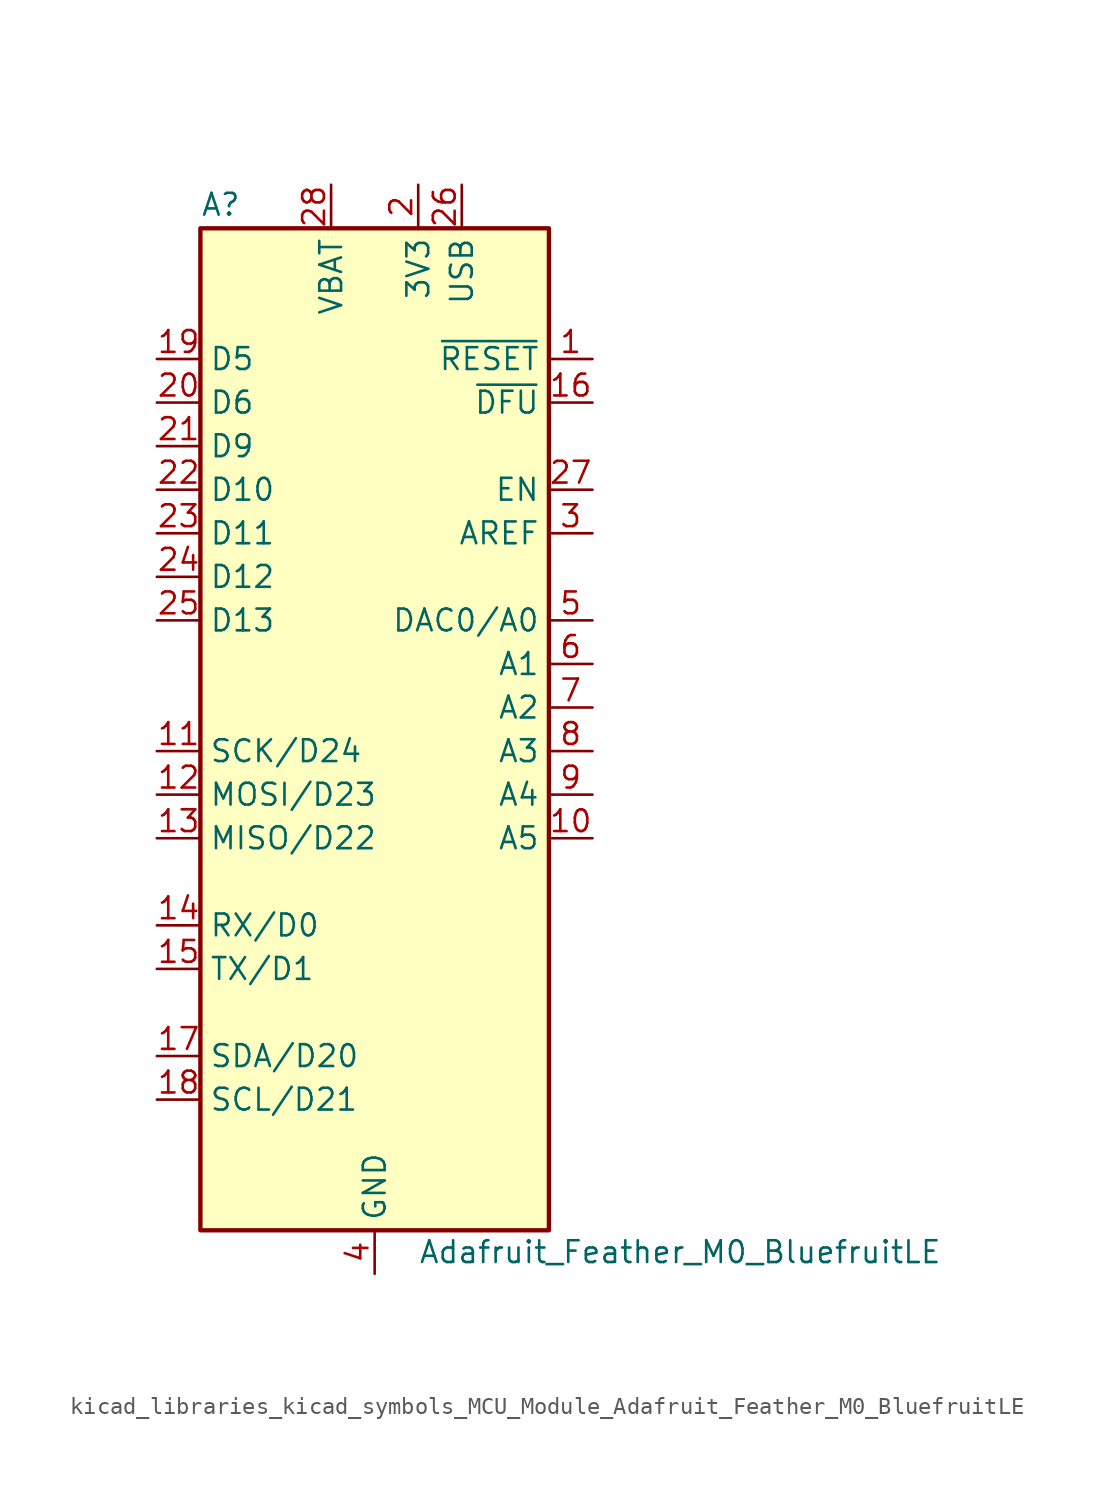
<source format=kicad_sym>
(kicad_symbol_lib
  (version 20220914)
  (generator kicad_symbol_editor)
  (symbol "kicad_libraries_kicad_symbols_MCU_Module_Adafruit_Feather_M0_BluefruitLE"
    (property "Reference" "A"
      (at -10.16 28.575 0)
      (effects (font (size 1.27 1.27)) (justify left bottom)))
    (property "Value" "Adafruit_Feather_M0_BluefruitLE"
      (at 2.54 -31.75 0)
      (effects (font (size 1.27 1.27)) (justify left)))
    (symbol "kicad_libraries_kicad_symbols_MCU_Module_Adafruit_Feather_M0_BluefruitLE_0_1"
      (rectangle (start -10.16 27.94) (end 10.16 -30.48) (stroke (width 0.254) (type default)) (fill (type background))))
    (symbol "kicad_libraries_kicad_symbols_MCU_Module_Adafruit_Feather_M0_BluefruitLE_1_1"
      (pin input line (at 12.7 20.32 180) (length 2.54) (name "~{RESET}" (effects (font (size 1.27 1.27)))) (number "1" (effects (font (size 1.27 1.27)))))
      (pin bidirectional line (at 12.7 -7.62 180) (length 2.54) (name "A5" (effects (font (size 1.27 1.27)))) (number "10" (effects (font (size 1.27 1.27)))))
      (pin bidirectional line (at -12.7 -2.54 0) (length 2.54) (name "SCK/D24" (effects (font (size 1.27 1.27)))) (number "11" (effects (font (size 1.27 1.27)))))
      (pin bidirectional line (at -12.7 -5.08 0) (length 2.54) (name "MOSI/D23" (effects (font (size 1.27 1.27)))) (number "12" (effects (font (size 1.27 1.27)))))
      (pin bidirectional line (at -12.7 -7.62 0) (length 2.54) (name "MISO/D22" (effects (font (size 1.27 1.27)))) (number "13" (effects (font (size 1.27 1.27)))))
      (pin bidirectional line (at -12.7 -12.7 0) (length 2.54) (name "RX/D0" (effects (font (size 1.27 1.27)))) (number "14" (effects (font (size 1.27 1.27)))))
      (pin bidirectional line (at -12.7 -15.24 0) (length 2.54) (name "TX/D1" (effects (font (size 1.27 1.27)))) (number "15" (effects (font (size 1.27 1.27)))))
      (pin input line (at 12.7 17.78 180) (length 2.54) (name "~{DFU}" (effects (font (size 1.27 1.27)))) (number "16" (effects (font (size 1.27 1.27)))))
      (pin bidirectional line (at -12.7 -20.32 0) (length 2.54) (name "SDA/D20" (effects (font (size 1.27 1.27)))) (number "17" (effects (font (size 1.27 1.27)))))
      (pin bidirectional line (at -12.7 -22.86 0) (length 2.54) (name "SCL/D21" (effects (font (size 1.27 1.27)))) (number "18" (effects (font (size 1.27 1.27)))))
      (pin bidirectional line (at -12.7 20.32 0) (length 2.54) (name "D5" (effects (font (size 1.27 1.27)))) (number "19" (effects (font (size 1.27 1.27)))))
      (pin power_in line (at 2.54 30.48 270) (length 2.54) (name "3V3" (effects (font (size 1.27 1.27)))) (number "2" (effects (font (size 1.27 1.27)))))
      (pin bidirectional line (at -12.7 17.78 0) (length 2.54) (name "D6" (effects (font (size 1.27 1.27)))) (number "20" (effects (font (size 1.27 1.27)))))
      (pin bidirectional line (at -12.7 15.24 0) (length 2.54) (name "D9" (effects (font (size 1.27 1.27)))) (number "21" (effects (font (size 1.27 1.27)))))
      (pin bidirectional line (at -12.7 12.7 0) (length 2.54) (name "D10" (effects (font (size 1.27 1.27)))) (number "22" (effects (font (size 1.27 1.27)))))
      (pin bidirectional line (at -12.7 10.16 0) (length 2.54) (name "D11" (effects (font (size 1.27 1.27)))) (number "23" (effects (font (size 1.27 1.27)))))
      (pin bidirectional line (at -12.7 7.62 0) (length 2.54) (name "D12" (effects (font (size 1.27 1.27)))) (number "24" (effects (font (size 1.27 1.27)))))
      (pin bidirectional line (at -12.7 5.08 0) (length 2.54) (name "D13" (effects (font (size 1.27 1.27)))) (number "25" (effects (font (size 1.27 1.27)))))
      (pin power_in line (at 5.08 30.48 270) (length 2.54) (name "USB" (effects (font (size 1.27 1.27)))) (number "26" (effects (font (size 1.27 1.27)))))
      (pin input line (at 12.7 12.7 180) (length 2.54) (name "EN" (effects (font (size 1.27 1.27)))) (number "27" (effects (font (size 1.27 1.27)))))
      (pin power_in line (at -2.54 30.48 270) (length 2.54) (name "VBAT" (effects (font (size 1.27 1.27)))) (number "28" (effects (font (size 1.27 1.27)))))
      (pin input line (at 12.7 10.16 180) (length 2.54) (name "AREF" (effects (font (size 1.27 1.27)))) (number "3" (effects (font (size 1.27 1.27)))))
      (pin power_in line (at 0 -33.02 90) (length 2.54) (name "GND" (effects (font (size 1.27 1.27)))) (number "4" (effects (font (size 1.27 1.27)))))
      (pin bidirectional line (at 12.7 5.08 180) (length 2.54) (name "DAC0/A0" (effects (font (size 1.27 1.27)))) (number "5" (effects (font (size 1.27 1.27)))))
      (pin bidirectional line (at 12.7 2.54 180) (length 2.54) (name "A1" (effects (font (size 1.27 1.27)))) (number "6" (effects (font (size 1.27 1.27)))))
      (pin bidirectional line (at 12.7 0 180) (length 2.54) (name "A2" (effects (font (size 1.27 1.27)))) (number "7" (effects (font (size 1.27 1.27)))))
      (pin bidirectional line (at 12.7 -2.54 180) (length 2.54) (name "A3" (effects (font (size 1.27 1.27)))) (number "8" (effects (font (size 1.27 1.27)))))
      (pin bidirectional line (at 12.7 -5.08 180) (length 2.54) (name "A4" (effects (font (size 1.27 1.27)))) (number "9" (effects (font (size 1.27 1.27))))))))
</source>
